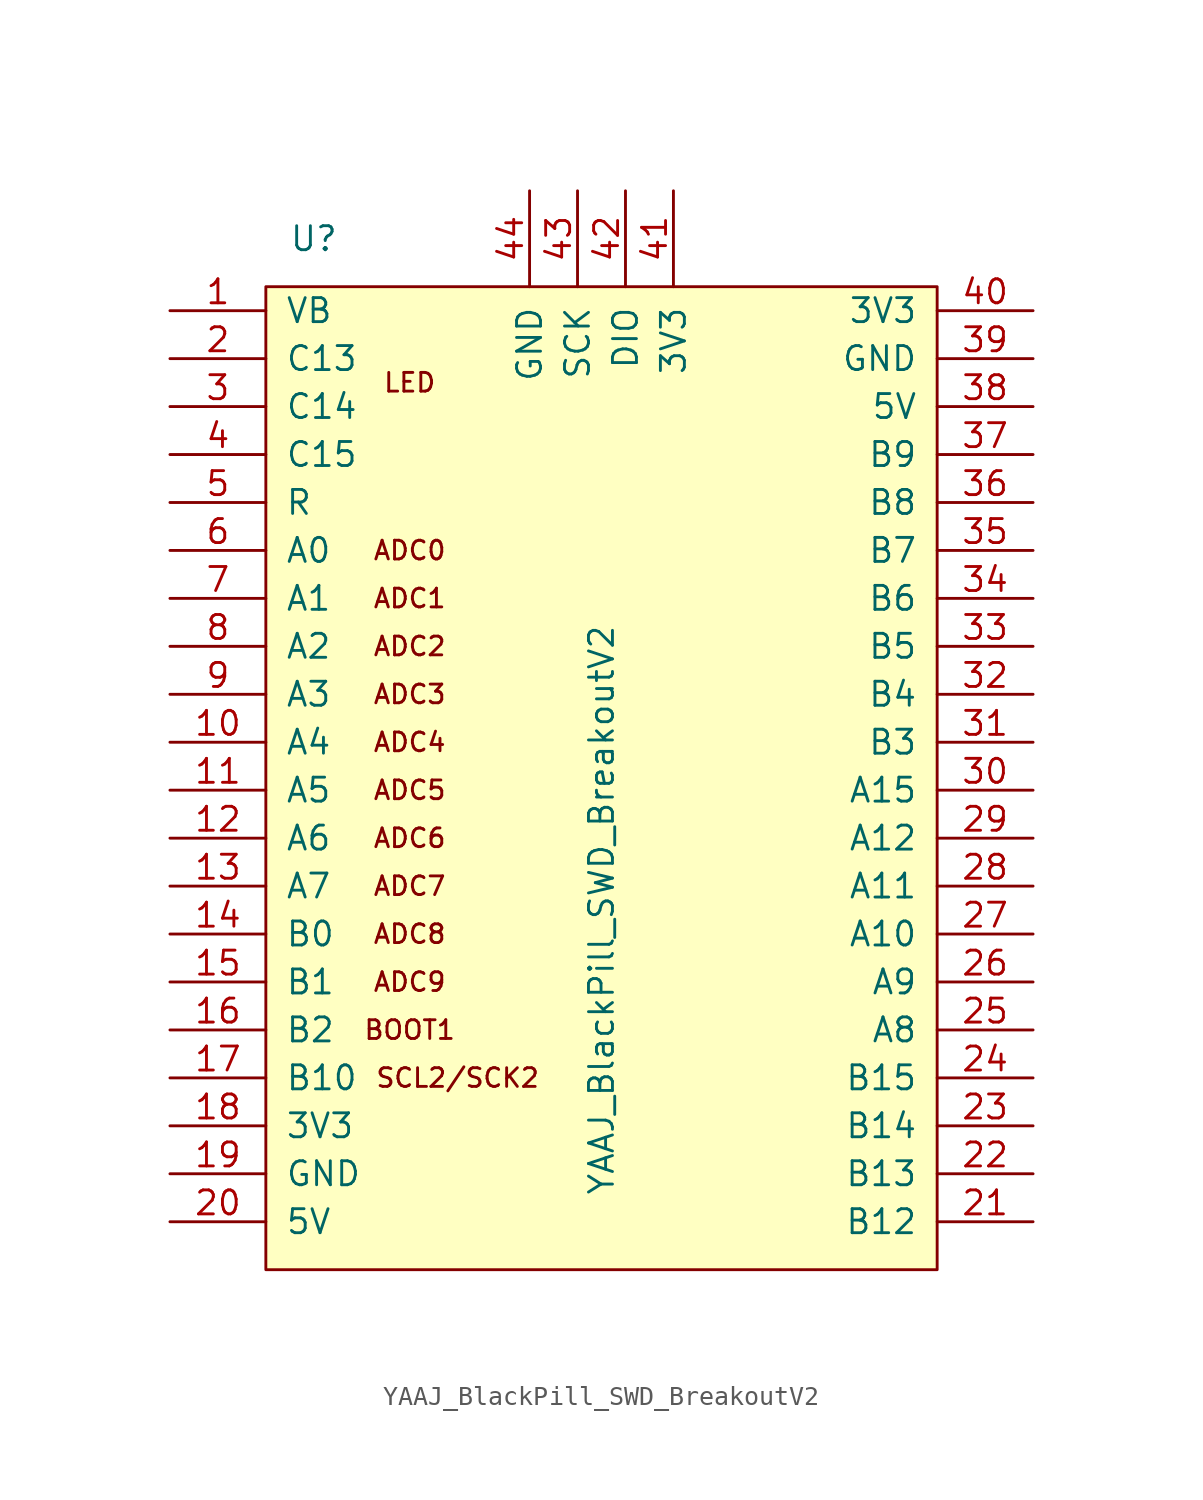
<source format=kicad_sym>
(kicad_symbol_lib
  (version 20231120)
  (generator "kicad_symbol_editor")
  (generator_version "8.0")
  (symbol "YAAJ_BlackPill_SWD_BreakoutV2"
    (pin_names
      (offset 1.016))
    (property "Reference" "U"
      (at -15.24 27.94 0)
      (effects (font (size 1.27 1.27))))
    (property "Value" "YAAJ_BlackPill_SWD_BreakoutV2"
      (at 0 -7.62 90)
      (effects (font (size 1.27 1.27))))
    (symbol "YAAJ_BlackPill_SWD_BreakoutV2_0_0"
      (text "LED" (at -10.16 20.32 0) (effects (font (size 0.991 0.991)))))
    (symbol "YAAJ_BlackPill_SWD_BreakoutV2_0_1"
      (rectangle (start -17.78 25.4) (end 17.78 -26.67) (stroke (width 0) (type solid)) (fill (type background))))
    (symbol "YAAJ_BlackPill_SWD_BreakoutV2_1_0"
      (text "ADC0" (at -10.16 11.43 0) (effects (font (size 0.991 0.991))))
      (text "ADC1" (at -10.16 8.89 0) (effects (font (size 0.991 0.991))))
      (text "ADC2" (at -10.16 6.35 0) (effects (font (size 0.991 0.991))))
      (text "ADC3" (at -10.16 3.81 0) (effects (font (size 0.991 0.991))))
      (text "ADC4" (at -10.16 1.27 0) (effects (font (size 0.991 0.991))))
      (text "ADC5" (at -10.16 -1.27 0) (effects (font (size 0.991 0.991))))
      (text "ADC6" (at -10.16 -3.81 0) (effects (font (size 0.991 0.991))))
      (text "ADC7" (at -10.16 -6.35 0) (effects (font (size 0.991 0.991))))
      (text "ADC8" (at -10.16 -8.89 0) (effects (font (size 0.991 0.991))))
      (text "ADC9" (at -10.16 -11.43 0) (effects (font (size 0.991 0.991))))
      (text "BOOT1" (at -10.16 -13.97 0) (effects (font (size 0.991 0.991))))
      (text "SCL2/SCK2" (at -7.62 -16.51 0) (effects (font (size 0.991 0.991)))))
    (symbol "YAAJ_BlackPill_SWD_BreakoutV2_1_1"
      (pin power_in line (at -22.86 24.13 0) (length 5.08) (name "VB" (effects (font (size 1.27 1.27)))) (number "1" (effects (font (size 1.27 1.27)))))
      (pin bidirectional line (at -22.86 1.27 0) (length 5.08) (name "A4" (effects (font (size 1.27 1.27)))) (number "10" (effects (font (size 1.27 1.27)))))
      (pin bidirectional line (at -22.86 -1.27 0) (length 5.08) (name "A5" (effects (font (size 1.27 1.27)))) (number "11" (effects (font (size 1.27 1.27)))))
      (pin bidirectional line (at -22.86 -3.81 0) (length 5.08) (name "A6" (effects (font (size 1.27 1.27)))) (number "12" (effects (font (size 1.27 1.27)))))
      (pin bidirectional line (at -22.86 -6.35 0) (length 5.08) (name "A7" (effects (font (size 1.27 1.27)))) (number "13" (effects (font (size 1.27 1.27)))))
      (pin bidirectional line (at -22.86 -8.89 0) (length 5.08) (name "B0" (effects (font (size 1.27 1.27)))) (number "14" (effects (font (size 1.27 1.27)))))
      (pin bidirectional line (at -22.86 -11.43 0) (length 5.08) (name "B1" (effects (font (size 1.27 1.27)))) (number "15" (effects (font (size 1.27 1.27)))))
      (pin power_in line (at -22.86 -13.97 0) (length 5.08) (name "B2" (effects (font (size 1.27 1.27)))) (number "16" (effects (font (size 1.27 1.27)))))
      (pin power_out line (at -22.86 -16.51 0) (length 5.08) (name "B10" (effects (font (size 1.27 1.27)))) (number "17" (effects (font (size 1.27 1.27)))))
      (pin power_in line (at -22.86 -19.05 0) (length 5.08) (name "3V3" (effects (font (size 1.27 1.27)))) (number "18" (effects (font (size 1.27 1.27)))))
      (pin power_out line (at -22.86 -21.59 0) (length 5.08) (name "GND" (effects (font (size 1.27 1.27)))) (number "19" (effects (font (size 1.27 1.27)))))
      (pin bidirectional line (at -22.86 21.59 0) (length 5.08) (name "C13" (effects (font (size 1.27 1.27)))) (number "2" (effects (font (size 1.27 1.27)))))
      (pin power_in line (at -22.86 -24.13 0) (length 5.08) (name "5V" (effects (font (size 1.27 1.27)))) (number "20" (effects (font (size 1.27 1.27)))))
      (pin bidirectional line (at 22.86 -24.13 180) (length 5.08) (name "B12" (effects (font (size 1.27 1.27)))) (number "21" (effects (font (size 1.27 1.27)))))
      (pin input line (at 22.86 -21.59 180) (length 5.08) (name "B13" (effects (font (size 1.27 1.27)))) (number "22" (effects (font (size 1.27 1.27)))))
      (pin bidirectional line (at 22.86 -19.05 180) (length 5.08) (name "B14" (effects (font (size 1.27 1.27)))) (number "23" (effects (font (size 1.27 1.27)))))
      (pin bidirectional line (at 22.86 -16.51 180) (length 5.08) (name "B15" (effects (font (size 1.27 1.27)))) (number "24" (effects (font (size 1.27 1.27)))))
      (pin bidirectional line (at 22.86 -13.97 180) (length 5.08) (name "A8" (effects (font (size 1.27 1.27)))) (number "25" (effects (font (size 1.27 1.27)))))
      (pin bidirectional line (at 22.86 -11.43 180) (length 5.08) (name "A9" (effects (font (size 1.27 1.27)))) (number "26" (effects (font (size 1.27 1.27)))))
      (pin bidirectional line (at 22.86 -8.89 180) (length 5.08) (name "A10" (effects (font (size 1.27 1.27)))) (number "27" (effects (font (size 1.27 1.27)))))
      (pin bidirectional line (at 22.86 -6.35 180) (length 5.08) (name "A11" (effects (font (size 1.27 1.27)))) (number "28" (effects (font (size 1.27 1.27)))))
      (pin bidirectional line (at 22.86 -3.81 180) (length 5.08) (name "A12" (effects (font (size 1.27 1.27)))) (number "29" (effects (font (size 1.27 1.27)))))
      (pin bidirectional line (at -22.86 19.05 0) (length 5.08) (name "C14" (effects (font (size 1.27 1.27)))) (number "3" (effects (font (size 1.27 1.27)))))
      (pin bidirectional line (at 22.86 -1.27 180) (length 5.08) (name "A15" (effects (font (size 1.27 1.27)))) (number "30" (effects (font (size 1.27 1.27)))))
      (pin bidirectional line (at 22.86 1.27 180) (length 5.08) (name "B3" (effects (font (size 1.27 1.27)))) (number "31" (effects (font (size 1.27 1.27)))))
      (pin bidirectional line (at 22.86 3.81 180) (length 5.08) (name "B4" (effects (font (size 1.27 1.27)))) (number "32" (effects (font (size 1.27 1.27)))))
      (pin bidirectional line (at 22.86 6.35 180) (length 5.08) (name "B5" (effects (font (size 1.27 1.27)))) (number "33" (effects (font (size 1.27 1.27)))))
      (pin bidirectional line (at 22.86 8.89 180) (length 5.08) (name "B6" (effects (font (size 1.27 1.27)))) (number "34" (effects (font (size 1.27 1.27)))))
      (pin bidirectional line (at 22.86 11.43 180) (length 5.08) (name "B7" (effects (font (size 1.27 1.27)))) (number "35" (effects (font (size 1.27 1.27)))))
      (pin bidirectional line (at 22.86 13.97 180) (length 5.08) (name "B8" (effects (font (size 1.27 1.27)))) (number "36" (effects (font (size 1.27 1.27)))))
      (pin bidirectional line (at 22.86 16.51 180) (length 5.08) (name "B9" (effects (font (size 1.27 1.27)))) (number "37" (effects (font (size 1.27 1.27)))))
      (pin power_in line (at 22.86 19.05 180) (length 5.08) (name "5V" (effects (font (size 1.27 1.27)))) (number "38" (effects (font (size 1.27 1.27)))))
      (pin power_out line (at 22.86 21.59 180) (length 5.08) (name "GND" (effects (font (size 1.27 1.27)))) (number "39" (effects (font (size 1.27 1.27)))))
      (pin bidirectional line (at -22.86 16.51 0) (length 5.08) (name "C15" (effects (font (size 1.27 1.27)))) (number "4" (effects (font (size 1.27 1.27)))))
      (pin power_in line (at 22.86 24.13 180) (length 5.08) (name "3V3" (effects (font (size 1.27 1.27)))) (number "40" (effects (font (size 1.27 1.27)))))
      (pin power_in line (at 3.81 30.48 270) (length 5.08) (name "3V3" (effects (font (size 1.27 1.27)))) (number "41" (effects (font (size 1.27 1.27)))))
      (pin bidirectional line (at 1.27 30.48 270) (length 5.08) (name "DIO" (effects (font (size 1.27 1.27)))) (number "42" (effects (font (size 1.27 1.27)))))
      (pin bidirectional line (at -1.27 30.48 270) (length 5.08) (name "SCK" (effects (font (size 1.27 1.27)))) (number "43" (effects (font (size 1.27 1.27)))))
      (pin power_out line (at -3.81 30.48 270) (length 5.08) (name "GND" (effects (font (size 1.27 1.27)))) (number "44" (effects (font (size 1.27 1.27)))))
      (pin bidirectional line (at -22.86 13.97 0) (length 5.08) (name "R" (effects (font (size 1.27 1.27)))) (number "5" (effects (font (size 1.27 1.27)))))
      (pin bidirectional line (at -22.86 11.43 0) (length 5.08) (name "A0" (effects (font (size 1.27 1.27)))) (number "6" (effects (font (size 1.27 1.27)))))
      (pin bidirectional line (at -22.86 8.89 0) (length 5.08) (name "A1" (effects (font (size 1.27 1.27)))) (number "7" (effects (font (size 1.27 1.27)))))
      (pin bidirectional line (at -22.86 6.35 0) (length 5.08) (name "A2" (effects (font (size 1.27 1.27)))) (number "8" (effects (font (size 1.27 1.27)))))
      (pin bidirectional line (at -22.86 3.81 0) (length 5.08) (name "A3" (effects (font (size 1.27 1.27)))) (number "9" (effects (font (size 1.27 1.27))))))))
</source>
